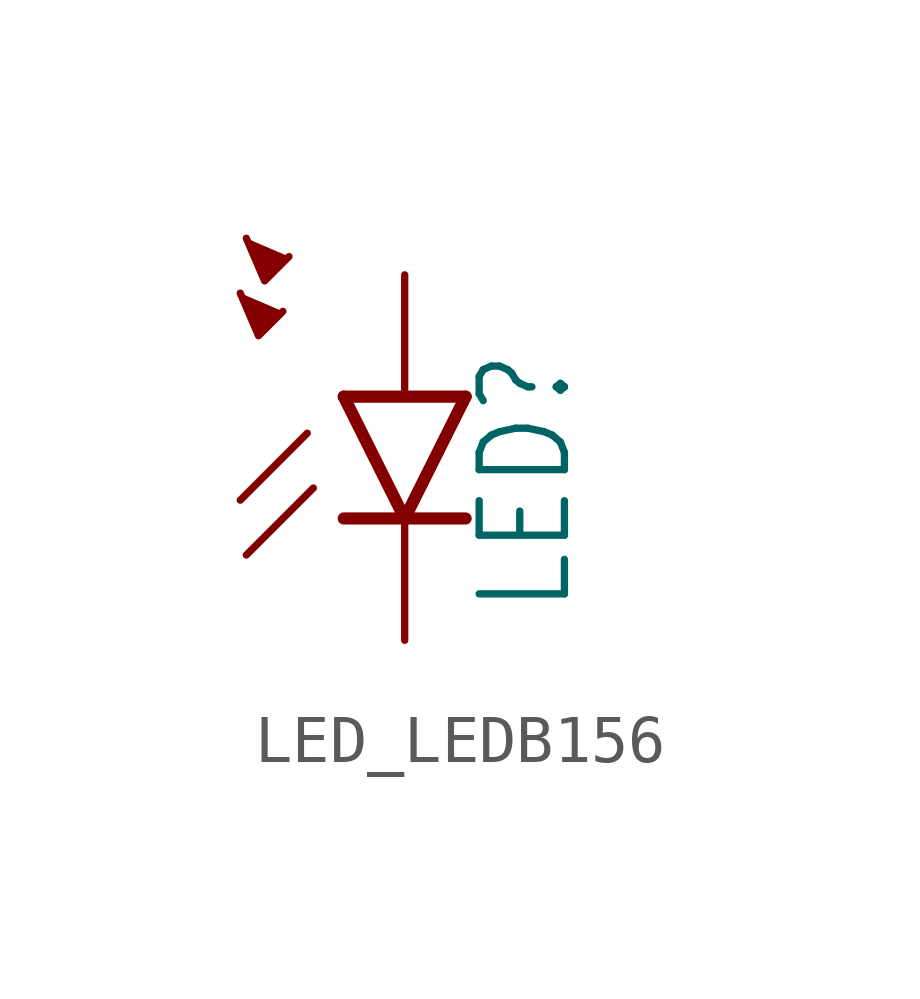
<source format=kicad_sym>
(kicad_symbol_lib
  (version 20241209)
  (generator "kicad_symbol_editor")
  (generator_version "9.0")
  (symbol "LED_LEDB156"
    (property "Reference" "LED"
      (at 3.556 -4.572 90)
      (effects (font (size 1.778 1.511)) (justify left bottom)))
    (property "Value" ""
      (at 5.715 -4.572 90)
      (effects (font (size 1.778 1.511)) (justify left bottom)))
    (property "ki_locked" ""
      (at 0 0 0)
      (effects (font (size 1.27 1.27))))
    (symbol "LED_LEDB156_1_0"
      (polyline (pts (xy -3.429 2.159) (xy -3.048 1.27) (xy -2.54 1.778)) (stroke (width 0.152) (type solid)) (fill (type outline)))
      (polyline (pts (xy -3.302 3.302) (xy -2.921 2.413) (xy -2.413 2.921)) (stroke (width 0.152) (type solid)) (fill (type outline)))
      (polyline (pts (xy -2.032 -0.762) (xy -3.429 -2.159)) (stroke (width 0.152) (type solid)) (fill (type none)))
      (polyline (pts (xy -1.905 -1.905) (xy -3.302 -3.302)) (stroke (width 0.152) (type solid)) (fill (type none)))
      (polyline (pts (xy 0 -2.54) (xy -1.27 0)) (stroke (width 0.254) (type solid)) (fill (type none)))
      (polyline (pts (xy 0 -2.54) (xy -1.27 -2.54)) (stroke (width 0.254) (type solid)) (fill (type none)))
      (polyline (pts (xy 1.27 0) (xy -1.27 0)) (stroke (width 0.254) (type solid)) (fill (type none)))
      (polyline (pts (xy 1.27 0) (xy 0 -2.54)) (stroke (width 0.254) (type solid)) (fill (type none)))
      (polyline (pts (xy 1.27 -2.54) (xy 0 -2.54)) (stroke (width 0.254) (type solid)) (fill (type none)))
      (pin passive line (at 0 2.54 270) (length 2.54) (name "A" (effects (font (size 0 0)))) (number "A" (effects (font (size 0 0)))))
      (pin passive line (at 0 -5.08 90) (length 2.54) (name "C" (effects (font (size 0 0)))) (number "K" (effects (font (size 0 0))))))))
</source>
